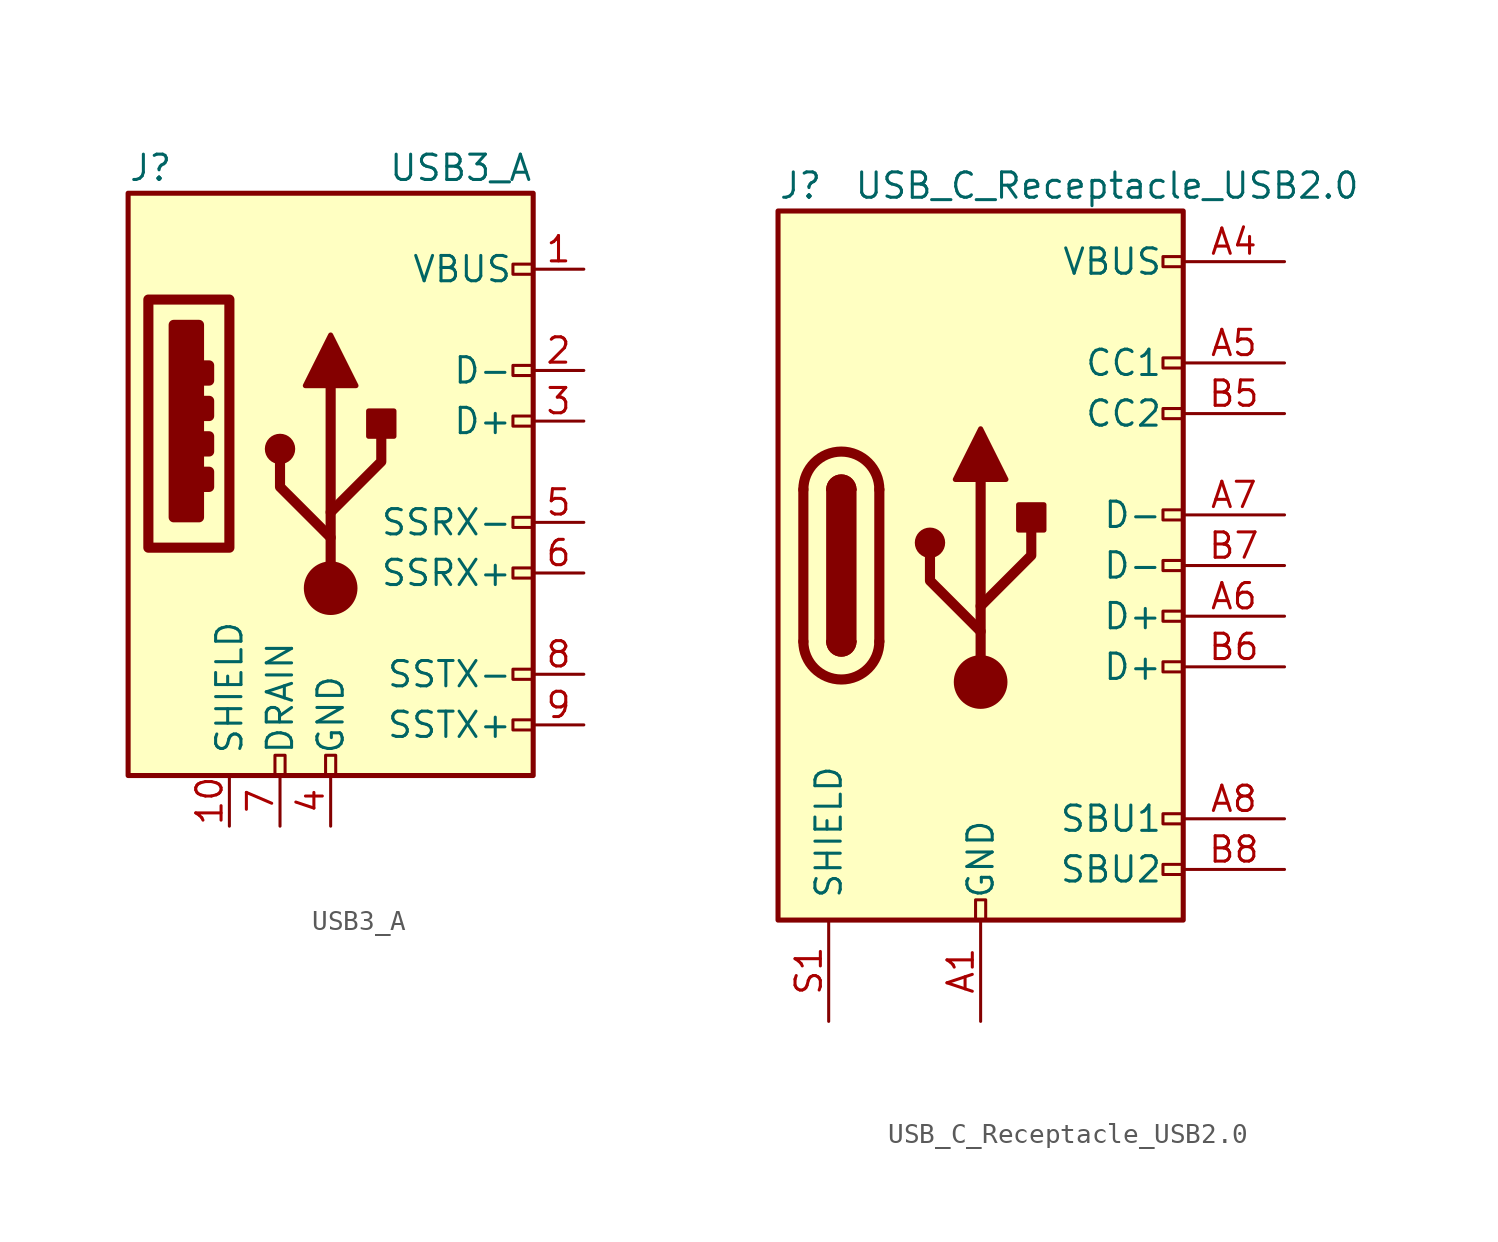
<source format=kicad_sym>
(kicad_symbol_lib
  (version 20200908)
  (generator kicad_symbol_editor)
  (symbol "Connector:USB3_A"
    (pin_names
      (offset 1.016))
    (property "Reference" "J"
      (at -10.16 15.24 0)
      (effects (font (size 1.27 1.27)) (justify left)))
    (property "Value" "USB3_A"
      (at 10.16 15.24 0)
      (effects (font (size 1.27 1.27)) (justify right)))
    (symbol "USB3_A_1_1"
      (circle (center -2.54 1.143) (radius 0.635) (stroke (width 0.254)) (fill (type outline)))
      (circle (center 0 -5.842) (radius 1.27) (stroke (width 0)) (fill (type outline)))
      (rectangle (start 1.905 1.778) (end 3.175 3.048) (stroke (width 0.254)) (fill (type outline)))
      (polyline (pts (xy 0 -5.842) (xy 0 4.318)) (stroke (width 0.508)) (fill (type none)))
      (polyline (pts (xy 0 -3.302) (xy -2.54 -0.762) (xy -2.54 0.508)) (stroke (width 0.508)) (fill (type none)))
      (polyline (pts (xy 0 -2.032) (xy 2.54 0.508) (xy 2.54 1.778)) (stroke (width 0.508)) (fill (type none)))
      (polyline (pts (xy -1.27 4.318) (xy 0 6.858) (xy 1.27 4.318) (xy -1.27 4.318)) (stroke (width 0.254)) (fill (type outline)))
      (pin power_in line (at 12.7 10.16 180) (length 2.54) (name "VBUS" (effects (font (size 1.27 1.27)))) (number "1" (effects (font (size 1.27 1.27)))))
      (pin passive line (at -5.08 -17.78 90) (length 2.54) (name "SHIELD" (effects (font (size 1.27 1.27)))) (number "10" (effects (font (size 1.27 1.27)))))
      (pin bidirectional line (at 12.7 5.08 180) (length 2.54) (name "D-" (effects (font (size 1.27 1.27)))) (number "2" (effects (font (size 1.27 1.27)))))
      (pin bidirectional line (at 12.7 2.54 180) (length 2.54) (name "D+" (effects (font (size 1.27 1.27)))) (number "3" (effects (font (size 1.27 1.27)))))
      (pin power_in line (at 0 -17.78 90) (length 2.54) (name "GND" (effects (font (size 1.27 1.27)))) (number "4" (effects (font (size 1.27 1.27)))))
      (pin output line (at 12.7 -2.54 180) (length 2.54) (name "SSRX-" (effects (font (size 1.27 1.27)))) (number "5" (effects (font (size 1.27 1.27)))))
      (pin output line (at 12.7 -5.08 180) (length 2.54) (name "SSRX+" (effects (font (size 1.27 1.27)))) (number "6" (effects (font (size 1.27 1.27)))))
      (pin passive line (at -2.54 -17.78 90) (length 2.54) (name "DRAIN" (effects (font (size 1.27 1.27)))) (number "7" (effects (font (size 1.27 1.27)))))
      (pin input line (at 12.7 -10.16 180) (length 2.54) (name "SSTX-" (effects (font (size 1.27 1.27)))) (number "8" (effects (font (size 1.27 1.27)))))
      (pin input line (at 12.7 -12.7 180) (length 2.54) (name "SSTX+" (effects (font (size 1.27 1.27)))) (number "9" (effects (font (size 1.27 1.27))))))
    (symbol "USB3_A_0_0"
      (rectangle (start -9.144 8.636) (end -5.08 -3.81) (stroke (width 0.508)) (fill (type none)))
      (rectangle (start -7.874 7.366) (end -6.604 -2.286) (stroke (width 0.508)) (fill (type outline)))
      (rectangle (start -6.35 0) (end -6.096 -0.762) (stroke (width 0.508)) (fill (type none)))
      (rectangle (start -6.35 1.778) (end -6.096 1.016) (stroke (width 0.508)) (fill (type none)))
      (rectangle (start -6.35 3.556) (end -6.096 2.794) (stroke (width 0.508)) (fill (type none)))
      (rectangle (start -6.35 5.334) (end -6.096 4.572) (stroke (width 0.508)) (fill (type none)))
      (rectangle (start -2.794 -15.24) (end -2.286 -14.224) (stroke (width 0)) (fill (type none)))
      (rectangle (start -0.254 -15.24) (end 0.254 -14.224) (stroke (width 0)) (fill (type none)))
      (rectangle (start 10.16 -12.446) (end 9.144 -12.954) (stroke (width 0)) (fill (type none)))
      (rectangle (start 10.16 -9.906) (end 9.144 -10.414) (stroke (width 0)) (fill (type none)))
      (rectangle (start 10.16 -4.826) (end 9.144 -5.334) (stroke (width 0)) (fill (type none)))
      (rectangle (start 10.16 -2.286) (end 9.144 -2.794) (stroke (width 0)) (fill (type none)))
      (rectangle (start 10.16 2.794) (end 9.144 2.286) (stroke (width 0)) (fill (type none)))
      (rectangle (start 10.16 5.334) (end 9.144 4.826) (stroke (width 0)) (fill (type none)))
      (rectangle (start 10.16 10.414) (end 9.144 9.906) (stroke (width 0)) (fill (type none))))
    (symbol "USB3_A_0_1"
      (rectangle (start -10.16 13.97) (end 10.16 -15.24) (stroke (width 0.254)) (fill (type background)))))
  (symbol "Connector:USB_C_Receptacle_USB2.0"
    (pin_names
      (offset 1.016))
    (property "Reference" "J"
      (at -10.16 19.05 0)
      (effects (font (size 1.27 1.27)) (justify left)))
    (property "Value" "USB_C_Receptacle_USB2.0"
      (at 19.05 19.05 0)
      (effects (font (size 1.27 1.27)) (justify right)))
    (symbol "USB_C_Receptacle_USB2.0_0_1"
      (arc (start -8.89 -3.81) (end -5.08 -3.81) (radius (at -6.985 -3.81) (length 1.905) (angles -179.9 -0.1)) (stroke (width 0.508)) (fill (type none)))
      (arc (start -7.62 -3.81) (end -6.35 -3.81) (radius (at -6.985 -3.81) (length 0.635) (angles -179.9 -0.1)) (stroke (width 0.254)) (fill (type none)))
      (arc (start -7.62 -3.81) (end -6.35 -3.81) (radius (at -6.985 -3.81) (length 0.635) (angles -179.9 -0.1)) (stroke (width 0.254)) (fill (type outline)))
      (arc (start -6.35 3.81) (end -7.62 3.81) (radius (at -6.985 3.81) (length 0.635) (angles 0.1 179.9)) (stroke (width 0.254)) (fill (type outline)))
      (arc (start -6.35 3.81) (end -7.62 3.81) (radius (at -6.985 3.81) (length 0.635) (angles 0.1 179.9)) (stroke (width 0.254)) (fill (type none)))
      (arc (start -5.08 3.81) (end -8.89 3.81) (radius (at -6.985 3.81) (length 1.905) (angles 0.1 179.9)) (stroke (width 0.508)) (fill (type none)))
      (circle (center -2.54 1.143) (radius 0.635) (stroke (width 0.254)) (fill (type outline)))
      (circle (center 0 -5.842) (radius 1.27) (stroke (width 0)) (fill (type outline)))
      (rectangle (start -10.16 17.78) (end 10.16 -17.78) (stroke (width 0.254)) (fill (type background)))
      (rectangle (start -7.62 -3.81) (end -6.35 3.81) (stroke (width 0.254)) (fill (type outline)))
      (rectangle (start 1.905 1.778) (end 3.175 3.048) (stroke (width 0.254)) (fill (type outline)))
      (polyline (pts (xy -8.89 -3.81) (xy -8.89 3.81)) (stroke (width 0.508)) (fill (type none)))
      (polyline (pts (xy -5.08 3.81) (xy -5.08 -3.81)) (stroke (width 0.508)) (fill (type none)))
      (polyline (pts (xy 0 -5.842) (xy 0 4.318)) (stroke (width 0.508)) (fill (type none)))
      (polyline (pts (xy 0 -3.302) (xy -2.54 -0.762) (xy -2.54 0.508)) (stroke (width 0.508)) (fill (type none)))
      (polyline (pts (xy 0 -2.032) (xy 2.54 0.508) (xy 2.54 1.778)) (stroke (width 0.508)) (fill (type none)))
      (polyline (pts (xy -1.27 4.318) (xy 0 6.858) (xy 1.27 4.318) (xy -1.27 4.318)) (stroke (width 0.254)) (fill (type outline))))
    (symbol "USB_C_Receptacle_USB2.0_0_0"
      (rectangle (start -0.254 -17.78) (end 0.254 -16.764) (stroke (width 0)) (fill (type none)))
      (rectangle (start 10.16 -14.986) (end 9.144 -15.494) (stroke (width 0)) (fill (type none)))
      (rectangle (start 10.16 -12.446) (end 9.144 -12.954) (stroke (width 0)) (fill (type none)))
      (rectangle (start 10.16 -4.826) (end 9.144 -5.334) (stroke (width 0)) (fill (type none)))
      (rectangle (start 10.16 -2.286) (end 9.144 -2.794) (stroke (width 0)) (fill (type none)))
      (rectangle (start 10.16 0.254) (end 9.144 -0.254) (stroke (width 0)) (fill (type none)))
      (rectangle (start 10.16 2.794) (end 9.144 2.286) (stroke (width 0)) (fill (type none)))
      (rectangle (start 10.16 7.874) (end 9.144 7.366) (stroke (width 0)) (fill (type none)))
      (rectangle (start 10.16 10.414) (end 9.144 9.906) (stroke (width 0)) (fill (type none)))
      (rectangle (start 10.16 15.494) (end 9.144 14.986) (stroke (width 0)) (fill (type none))))
    (symbol "USB_C_Receptacle_USB2.0_1_1"
      (pin passive line (at 0 -22.86 90) (length 5.08) (name "GND" (effects (font (size 1.27 1.27)))) (number "A1" (effects (font (size 1.27 1.27)))))
      (pin passive line (at 0 -22.86 90) (length 5.08) hide (name "GND" (effects (font (size 1.27 1.27)))) (number "A12" (effects (font (size 1.27 1.27)))))
      (pin passive line (at 15.24 15.24 180) (length 5.08) (name "VBUS" (effects (font (size 1.27 1.27)))) (number "A4" (effects (font (size 1.27 1.27)))))
      (pin bidirectional line (at 15.24 10.16 180) (length 5.08) (name "CC1" (effects (font (size 1.27 1.27)))) (number "A5" (effects (font (size 1.27 1.27)))))
      (pin bidirectional line (at 15.24 -2.54 180) (length 5.08) (name "D+" (effects (font (size 1.27 1.27)))) (number "A6" (effects (font (size 1.27 1.27)))))
      (pin bidirectional line (at 15.24 2.54 180) (length 5.08) (name "D-" (effects (font (size 1.27 1.27)))) (number "A7" (effects (font (size 1.27 1.27)))))
      (pin bidirectional line (at 15.24 -12.7 180) (length 5.08) (name "SBU1" (effects (font (size 1.27 1.27)))) (number "A8" (effects (font (size 1.27 1.27)))))
      (pin passive line (at 15.24 15.24 180) (length 5.08) hide (name "VBUS" (effects (font (size 1.27 1.27)))) (number "A9" (effects (font (size 1.27 1.27)))))
      (pin passive line (at 0 -22.86 90) (length 5.08) hide (name "GND" (effects (font (size 1.27 1.27)))) (number "B1" (effects (font (size 1.27 1.27)))))
      (pin passive line (at 0 -22.86 90) (length 5.08) hide (name "GND" (effects (font (size 1.27 1.27)))) (number "B12" (effects (font (size 1.27 1.27)))))
      (pin passive line (at 15.24 15.24 180) (length 5.08) hide (name "VBUS" (effects (font (size 1.27 1.27)))) (number "B4" (effects (font (size 1.27 1.27)))))
      (pin bidirectional line (at 15.24 7.62 180) (length 5.08) (name "CC2" (effects (font (size 1.27 1.27)))) (number "B5" (effects (font (size 1.27 1.27)))))
      (pin bidirectional line (at 15.24 -5.08 180) (length 5.08) (name "D+" (effects (font (size 1.27 1.27)))) (number "B6" (effects (font (size 1.27 1.27)))))
      (pin bidirectional line (at 15.24 0 180) (length 5.08) (name "D-" (effects (font (size 1.27 1.27)))) (number "B7" (effects (font (size 1.27 1.27)))))
      (pin bidirectional line (at 15.24 -15.24 180) (length 5.08) (name "SBU2" (effects (font (size 1.27 1.27)))) (number "B8" (effects (font (size 1.27 1.27)))))
      (pin passive line (at 15.24 15.24 180) (length 5.08) hide (name "VBUS" (effects (font (size 1.27 1.27)))) (number "B9" (effects (font (size 1.27 1.27)))))
      (pin passive line (at -7.62 -22.86 90) (length 5.08) (name "SHIELD" (effects (font (size 1.27 1.27)))) (number "S1" (effects (font (size 1.27 1.27))))))))
</source>
